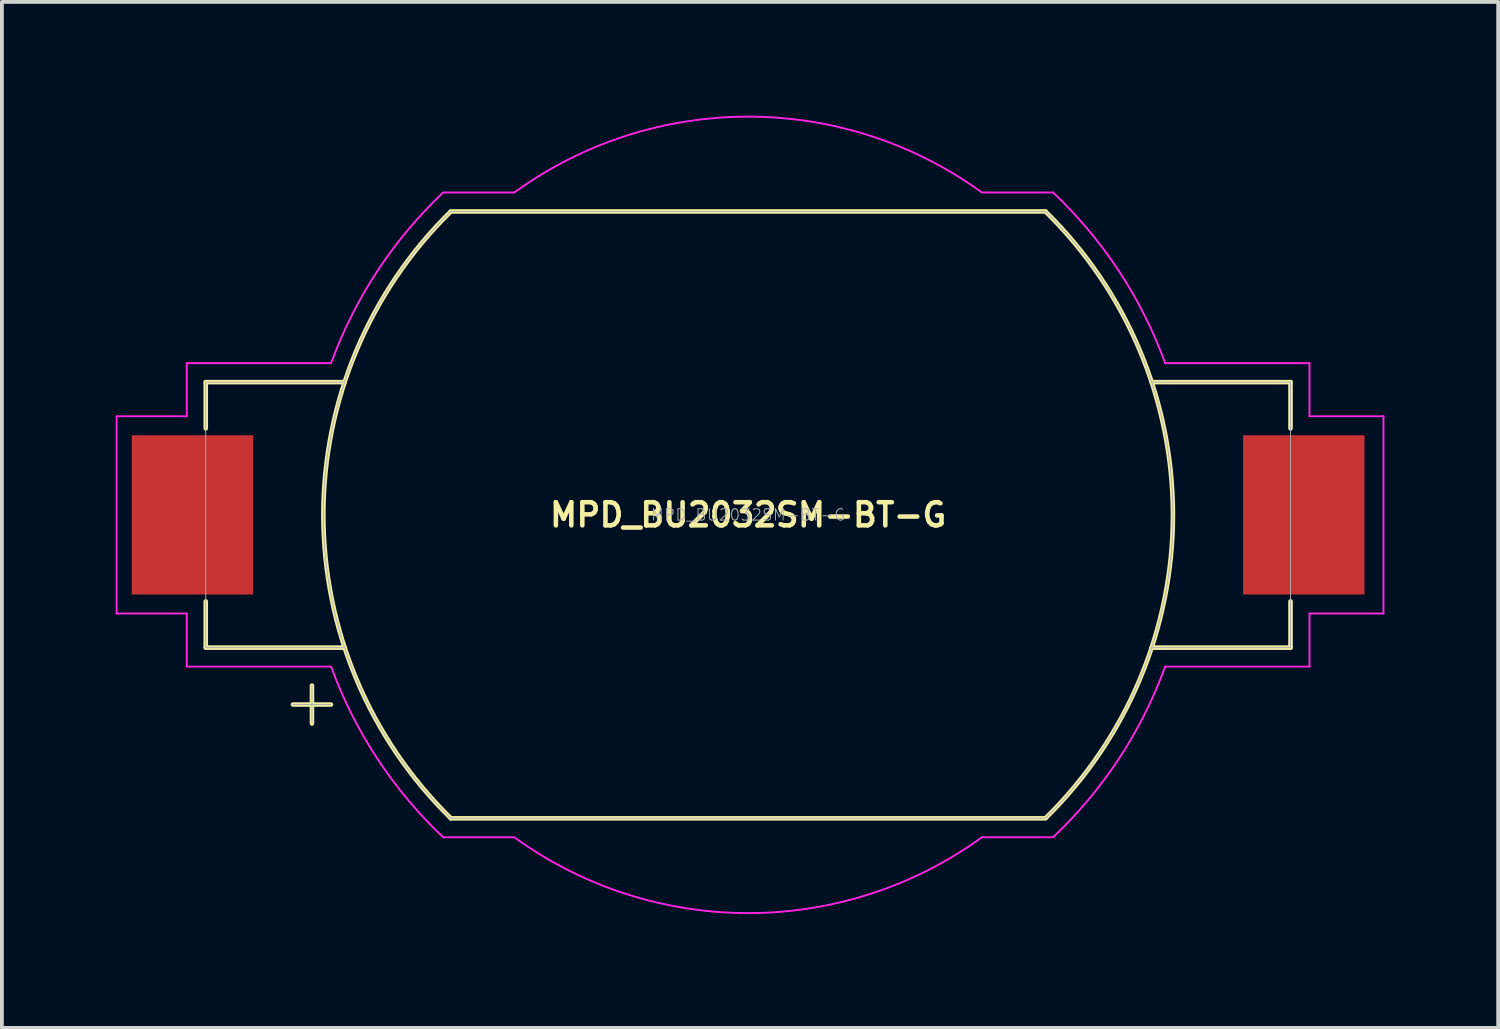
<source format=kicad_pcb>
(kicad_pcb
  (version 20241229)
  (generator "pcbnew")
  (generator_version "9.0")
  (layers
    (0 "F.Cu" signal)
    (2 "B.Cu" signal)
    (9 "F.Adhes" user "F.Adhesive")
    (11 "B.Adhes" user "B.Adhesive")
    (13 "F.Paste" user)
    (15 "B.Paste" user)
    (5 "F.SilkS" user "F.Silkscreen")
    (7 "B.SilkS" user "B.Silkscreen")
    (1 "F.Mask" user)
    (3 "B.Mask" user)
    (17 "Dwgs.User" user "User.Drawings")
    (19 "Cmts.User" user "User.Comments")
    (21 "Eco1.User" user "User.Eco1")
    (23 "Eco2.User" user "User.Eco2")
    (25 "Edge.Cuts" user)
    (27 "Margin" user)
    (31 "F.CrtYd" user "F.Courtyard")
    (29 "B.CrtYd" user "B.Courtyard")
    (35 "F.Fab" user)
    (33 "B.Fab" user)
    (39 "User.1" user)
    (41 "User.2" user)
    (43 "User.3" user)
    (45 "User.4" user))
  (footprint "MPD_BU2032SM-BT-G"
    (layer "F.Cu")
    (at 16.675 10.525)
    (property "Reference" "MPD_BU2032SM-BT-G" (at 0 0 0) (layer "F.SilkS") (effects (font (size 0.61 0.61) (thickness 0.12))))
    (attr through_hole)
    (fp_line (start -14.3 -3.5) (end -14.3 -2.28) (stroke (width 0.12) (type solid)) (layer "F.SilkS"))
    (fp_line (start -14.3 3.5) (end -14.3 2.28) (stroke (width 0.12) (type solid)) (layer "F.SilkS"))
    (fp_line (start -14.3 3.5) (end -10.639 3.5) (stroke (width 0.12) (type solid)) (layer "F.SilkS"))
    (fp_line (start -12 5) (end -11 5) (stroke (width 0.12) (type solid)) (layer "F.SilkS"))
    (fp_line (start -11.5 4.5) (end -11.5 5.5) (stroke (width 0.12) (type solid)) (layer "F.SilkS"))
    (fp_line (start -10.639 -3.5) (end -14.3 -3.5) (stroke (width 0.12) (type solid)) (layer "F.SilkS"))
    (fp_line (start -7.838 -8) (end 7.838 -8) (stroke (width 0.12) (type solid)) (layer "F.SilkS"))
    (fp_line (start -7.838 8) (end 7.838 8) (stroke (width 0.12) (type solid)) (layer "F.SilkS"))
    (fp_line (start 10.639 -3.5) (end 14.3 -3.5) (stroke (width 0.12) (type solid)) (layer "F.SilkS"))
    (fp_line (start 14.3 -3.5) (end 14.3 -2.28) (stroke (width 0.12) (type solid)) (layer "F.SilkS"))
    (fp_line (start 14.3 3.5) (end 10.639 3.5) (stroke (width 0.12) (type solid)) (layer "F.SilkS"))
    (fp_line (start 14.3 3.5) (end 14.3 2.28) (stroke (width 0.12) (type solid)) (layer "F.SilkS"))
    (fp_arc (start -7.838 8) (mid -11.199741 0.007043) (end -7.848056 -7.990135) (stroke (width 0.12) (type solid)) (layer "F.SilkS"))
    (fp_arc (start 7.838 -8) (mid 11.199741 -0.007043) (end 7.848056 7.990135) (stroke (width 0.12) (type solid)) (layer "F.SilkS"))
    (fp_line (start -16.65 -2.6) (end -14.8 -2.6) (stroke (width 0.05) (type solid)) (layer "F.CrtYd"))
    (fp_line (start -16.65 2.6) (end -16.65 -2.6) (stroke (width 0.05) (type solid)) (layer "F.CrtYd"))
    (fp_line (start -14.8 -4) (end -14.8 -2.6) (stroke (width 0.05) (type solid)) (layer "F.CrtYd"))
    (fp_line (start -14.8 2.6) (end -16.65 2.6) (stroke (width 0.05) (type solid)) (layer "F.CrtYd"))
    (fp_line (start -14.8 2.6) (end -14.8 4) (stroke (width 0.05) (type solid)) (layer "F.CrtYd"))
    (fp_line (start -14.8 4) (end -10.995 4) (stroke (width 0.05) (type solid)) (layer "F.CrtYd"))
    (fp_line (start -10.995 -4) (end -14.8 -4) (stroke (width 0.05) (type solid)) (layer "F.CrtYd"))
    (fp_line (start -8.04 8.5) (end -6.164 8.5) (stroke (width 0.05) (type solid)) (layer "F.CrtYd"))
    (fp_line (start -6.164 -8.5) (end -8.04 -8.5) (stroke (width 0.05) (type solid)) (layer "F.CrtYd"))
    (fp_line (start 6.164 8.5) (end 8.04 8.5) (stroke (width 0.05) (type solid)) (layer "F.CrtYd"))
    (fp_line (start 8.04 -8.5) (end 6.164 -8.5) (stroke (width 0.05) (type solid)) (layer "F.CrtYd"))
    (fp_line (start 10.995 -4) (end 14.8 -4) (stroke (width 0.05) (type solid)) (layer "F.CrtYd"))
    (fp_line (start 14.8 -4) (end 14.8 -2.6) (stroke (width 0.05) (type solid)) (layer "F.CrtYd"))
    (fp_line (start 14.8 -2.6) (end 16.75 -2.6) (stroke (width 0.05) (type solid)) (layer "F.CrtYd"))
    (fp_line (start 14.8 2.6) (end 14.8 4) (stroke (width 0.05) (type solid)) (layer "F.CrtYd"))
    (fp_line (start 14.8 4) (end 10.995 4) (stroke (width 0.05) (type solid)) (layer "F.CrtYd"))
    (fp_line (start 16.75 -2.6) (end 16.75 2.6) (stroke (width 0.05) (type solid)) (layer "F.CrtYd"))
    (fp_line (start 16.75 2.6) (end 14.8 2.6) (stroke (width 0.05) (type solid)) (layer "F.CrtYd"))
    (fp_arc (start -10.995 -4) (mid -9.785503 -6.413575) (end -8.055012 -8.485682) (stroke (width 0.05) (type solid)) (layer "F.CrtYd"))
    (fp_arc (start -8.04 8.5) (mid -9.779781 6.422421) (end -10.994952 4.000328) (stroke (width 0.05) (type solid)) (layer "F.CrtYd"))
    (fp_arc (start -6.164 -8.5) (mid -0.008932 -10.499753) (end 6.14953 -8.510475) (stroke (width 0.05) (type solid)) (layer "F.CrtYd"))
    (fp_arc (start 6.164 8.5) (mid 0.008932 10.499753) (end -6.14953 8.510475) (stroke (width 0.05) (type solid)) (layer "F.CrtYd"))
    (fp_arc (start 8.04 -8.5) (mid 9.779781 -6.422421) (end 10.994952 -4.000328) (stroke (width 0.05) (type solid)) (layer "F.CrtYd"))
    (fp_arc (start 10.995 4) (mid 9.785503 6.413575) (end 8.055012 8.485682) (stroke (width 0.05) (type solid)) (layer "F.CrtYd"))
    (fp_line (start -14.3 -3.5) (end -14.3 3.5) (stroke (width 0.025) (type solid)) (layer "F.Fab"))
    (fp_line (start -14.3 3.5) (end -10.639 3.5) (stroke (width 0.025) (type solid)) (layer "F.Fab"))
    (fp_line (start -12 5) (end -11 5) (stroke (width 0.025) (type solid)) (layer "F.Fab"))
    (fp_line (start -11.5 4.5) (end -11.5 5.5) (stroke (width 0.025) (type solid)) (layer "F.Fab"))
    (fp_line (start -10.639 -3.5) (end -14.3 -3.5) (stroke (width 0.025) (type solid)) (layer "F.Fab"))
    (fp_line (start -7.838 -8) (end 7.838 -8) (stroke (width 0.025) (type solid)) (layer "F.Fab"))
    (fp_line (start -7.838 8) (end 7.838 8) (stroke (width 0.025) (type solid)) (layer "F.Fab"))
    (fp_line (start 10.639 -3.5) (end 14.3 -3.5) (stroke (width 0.025) (type solid)) (layer "F.Fab"))
    (fp_line (start 14.3 -3.5) (end 14.3 3.5) (stroke (width 0.025) (type solid)) (layer "F.Fab"))
    (fp_line (start 14.3 3.5) (end 10.639 3.5) (stroke (width 0.025) (type solid)) (layer "F.Fab"))
    (fp_arc (start -7.838 8) (mid -11.199741 0.007043) (end -7.848056 -7.990135) (stroke (width 0.025) (type solid)) (layer "F.Fab"))
    (fp_arc (start 7.838 -8) (mid 11.199741 -0.007043) (end 7.848056 7.990135) (stroke (width 0.025) (type solid)) (layer "F.Fab"))
    (fp_text user "${REFERENCE}" (at 0 0 0) (layer "F.Fab") (effects (font (size 0.3 0.3) (thickness 0.025))))
    (pad "1" smd rect (at -14.65 0) (size 3.2 4.2) (layers "F.Cu" "F.Mask" "F.Paste"))
    (pad "2" smd rect (at 14.65 0) (size 3.2 4.2) (layers "F.Cu" "F.Mask" "F.Paste")))
  (gr_rect
    (start -3 -3)
    (end 36.45 24.05)
    (stroke (width 0.1) (type default))
    (fill no)
    (layer "Edge.Cuts")))
</source>
